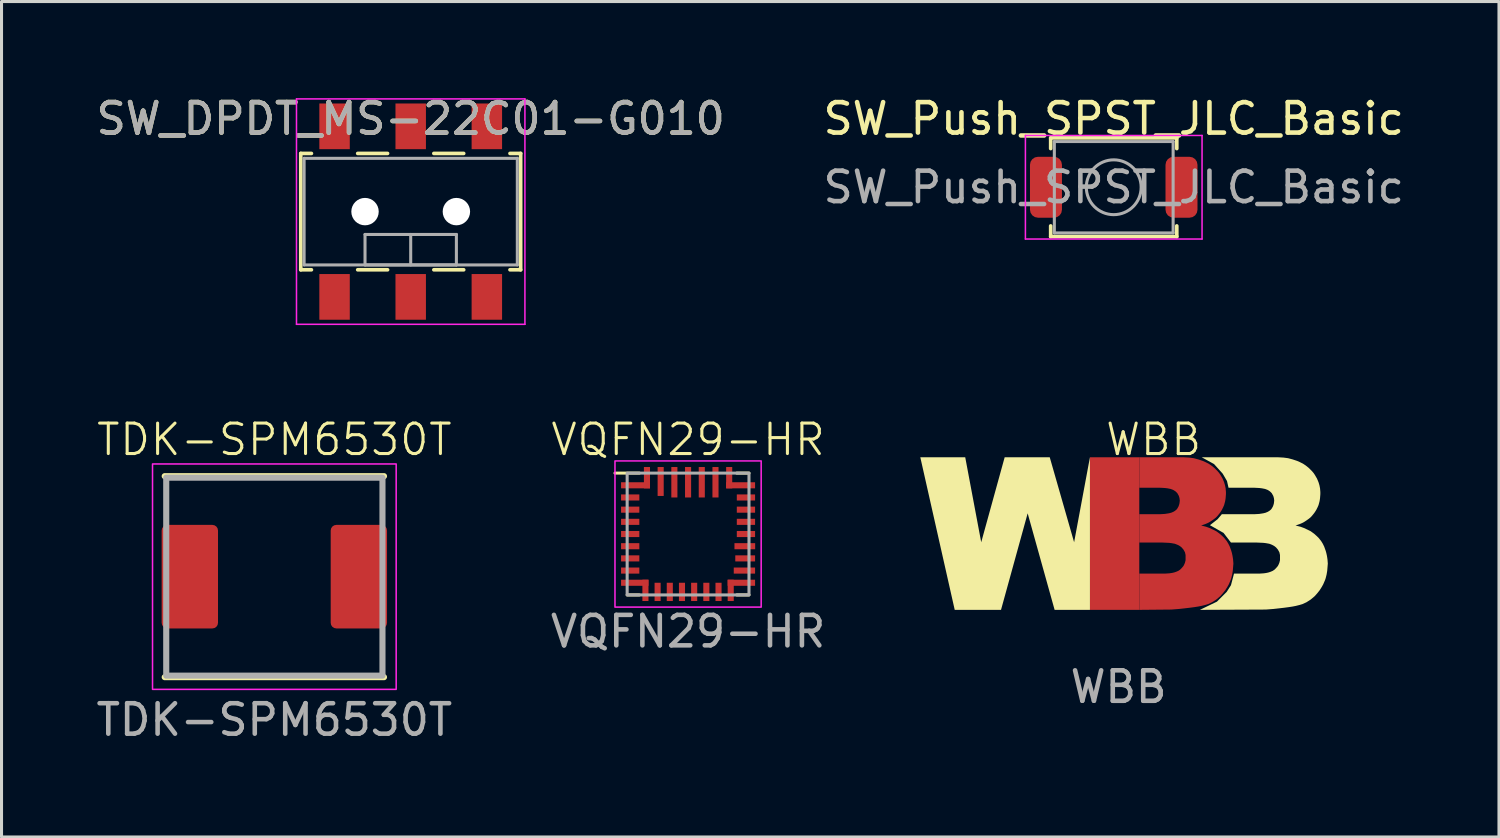
<source format=kicad_pcb>
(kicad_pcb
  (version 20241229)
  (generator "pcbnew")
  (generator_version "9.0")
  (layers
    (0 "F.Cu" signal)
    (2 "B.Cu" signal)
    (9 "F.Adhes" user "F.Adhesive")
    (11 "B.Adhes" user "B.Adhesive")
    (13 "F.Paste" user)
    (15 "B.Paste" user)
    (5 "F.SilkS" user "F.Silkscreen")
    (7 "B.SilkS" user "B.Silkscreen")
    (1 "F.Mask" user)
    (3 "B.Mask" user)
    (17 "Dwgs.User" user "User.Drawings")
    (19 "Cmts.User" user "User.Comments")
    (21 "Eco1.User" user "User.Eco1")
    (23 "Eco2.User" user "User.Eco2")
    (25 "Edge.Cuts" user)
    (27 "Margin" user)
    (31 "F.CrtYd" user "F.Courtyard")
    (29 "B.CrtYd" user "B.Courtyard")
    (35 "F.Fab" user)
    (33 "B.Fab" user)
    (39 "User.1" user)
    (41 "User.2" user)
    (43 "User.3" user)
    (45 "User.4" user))
  (footprint "SW_Push_SPST_JLC_Basic"
    (layer "F.Cu")
    (at 33.518 3.098)
    (property "Reference" "SW_Push_SPST_JLC_Basic" (at 0 -2.25 0) (layer "F.SilkS") (effects (font (size 1 1) (thickness 0.15))))
    (attr smd)
    (fp_line (start -2.07 -1.62) (end 2.07 -1.62) (stroke (width 0.12) (type solid)) (layer "F.SilkS"))
    (fp_line (start -2.07 -1.27) (end -2.07 -1.62) (stroke (width 0.12) (type solid)) (layer "F.SilkS"))
    (fp_line (start -2.07 1.62) (end -2.07 1.27) (stroke (width 0.12) (type solid)) (layer "F.SilkS"))
    (fp_line (start 2.07 -1.62) (end 2.07 -1.27) (stroke (width 0.12) (type solid)) (layer "F.SilkS"))
    (fp_line (start 2.07 1.27) (end 2.07 1.62) (stroke (width 0.12) (type solid)) (layer "F.SilkS"))
    (fp_line (start 2.07 1.62) (end -2.07 1.62) (stroke (width 0.12) (type solid)) (layer "F.SilkS"))
    (fp_line (start -2.9 -1.7) (end 2.9 -1.7) (stroke (width 0.05) (type solid)) (layer "F.CrtYd"))
    (fp_line (start -2.9 1.7) (end -2.9 -1.7) (stroke (width 0.05) (type solid)) (layer "F.CrtYd"))
    (fp_line (start 2.9 -1.7) (end 2.9 1.7) (stroke (width 0.05) (type solid)) (layer "F.CrtYd"))
    (fp_line (start 2.9 1.7) (end -2.9 1.7) (stroke (width 0.05) (type solid)) (layer "F.CrtYd"))
    (fp_line (start -1.95 -1.5) (end 1.95 -1.5) (stroke (width 0.1) (type solid)) (layer "F.Fab"))
    (fp_line (start -1.95 1.5) (end -1.95 -1.5) (stroke (width 0.1) (type solid)) (layer "F.Fab"))
    (fp_line (start 1.95 -1.5) (end 1.95 1.5) (stroke (width 0.1) (type solid)) (layer "F.Fab"))
    (fp_line (start 1.95 1.5) (end -1.95 1.5) (stroke (width 0.1) (type solid)) (layer "F.Fab"))
    (fp_circle (center 0 0) (end 0.9 0) (stroke (width 0.1) (type solid)) (fill no) (layer "F.Fab"))
    (fp_text user "${REFERENCE}" (at 0 0 0) (layer "F.Fab") (effects (font (size 1 1) (thickness 0.15))))
    (pad "1" smd roundrect (at -2.225 0) (size 1.05 2) (layers "F.Cu" "F.Mask" "F.Paste") (roundrect_rratio 0.25))
    (pad "2" smd roundrect (at 2.225 0) (size 1.05 2) (layers "F.Cu" "F.Mask" "F.Paste") (roundrect_rratio 0.25)))
  (footprint "SW_DPDT_MS-22C01-G010"
    (layer "F.Cu")
    (at 10.435 3.898)
    (property "Reference" "SW_DPDT_MS-22C01-G010" (at 0 -3.05 0) (layer "F.SilkS") (effects (font (size 1 1) (thickness 0.15))))
    (attr smd)
    (fp_line (start -3.61 -1.91) (end -3.61 1.91) (stroke (width 0.12) (type solid)) (layer "F.SilkS"))
    (fp_line (start -3.61 1.91) (end -3.26 1.91) (stroke (width 0.12) (type solid)) (layer "F.SilkS"))
    (fp_line (start -3.26 -1.91) (end -3.61 -1.91) (stroke (width 0.12) (type solid)) (layer "F.SilkS"))
    (fp_line (start -0.76 -1.91) (end -1.74 -1.91) (stroke (width 0.12) (type solid)) (layer "F.SilkS"))
    (fp_line (start -0.76 1.91) (end -1.74 1.91) (stroke (width 0.12) (type solid)) (layer "F.SilkS"))
    (fp_line (start 1.74 -1.91) (end 0.76 -1.91) (stroke (width 0.12) (type solid)) (layer "F.SilkS"))
    (fp_line (start 1.74 1.91) (end 0.76 1.91) (stroke (width 0.12) (type solid)) (layer "F.SilkS"))
    (fp_line (start 3.61 -1.91) (end 3.26 -1.91) (stroke (width 0.12) (type solid)) (layer "F.SilkS"))
    (fp_line (start 3.61 -1.91) (end 3.61 1.91) (stroke (width 0.12) (type solid)) (layer "F.SilkS"))
    (fp_line (start 3.61 1.91) (end 3.26 1.91) (stroke (width 0.12) (type solid)) (layer "F.SilkS"))
    (fp_line (start -3.75 -3.7) (end -3.75 3.7) (stroke (width 0.05) (type solid)) (layer "F.CrtYd"))
    (fp_line (start -3.75 -3.7) (end 3.75 -3.7) (stroke (width 0.05) (type solid)) (layer "F.CrtYd"))
    (fp_line (start 3.75 -3.7) (end 3.75 3.7) (stroke (width 0.05) (type solid)) (layer "F.CrtYd"))
    (fp_line (start 3.75 3.7) (end -3.75 3.7) (stroke (width 0.05) (type solid)) (layer "F.CrtYd"))
    (fp_line (start -3.5 -1.75) (end 3.5 -1.75) (stroke (width 0.1) (type solid)) (layer "F.Fab"))
    (fp_line (start -3.5 1.75) (end -3.5 -1.75) (stroke (width 0.1) (type solid)) (layer "F.Fab"))
    (fp_line (start -1.5 0.75) (end -1.5 1.75) (stroke (width 0.1) (type solid)) (layer "F.Fab"))
    (fp_line (start -1.5 0.75) (end 1.5 0.75) (stroke (width 0.1) (type solid)) (layer "F.Fab"))
    (fp_line (start 0 0.75) (end 0 1.75) (stroke (width 0.1) (type solid)) (layer "F.Fab"))
    (fp_line (start 1.5 0.75) (end 1.5 1.75) (stroke (width 0.1) (type solid)) (layer "F.Fab"))
    (fp_line (start 1.5 1.75) (end -1.5 1.75) (stroke (width 0.1) (type solid)) (layer "F.Fab"))
    (fp_line (start 3.5 -1.75) (end 3.5 1.75) (stroke (width 0.1) (type solid)) (layer "F.Fab"))
    (fp_line (start 3.5 1.75) (end -3.5 1.75) (stroke (width 0.1) (type solid)) (layer "F.Fab"))
    (fp_text user "${REFERENCE}" (at 0 -3.05 0) (layer "F.Fab") (effects (font (size 1 1) (thickness 0.15))))
    (pad "" np_thru_hole circle (at -1.5 0) (size 0.9 0.9) (drill 0.9) (layers "*.Cu" "*.Mask"))
    (pad "" np_thru_hole circle (at 1.5 0) (size 0.9 0.9) (drill 0.9) (layers "*.Cu" "*.Mask"))
    (pad "1" smd rect (at -2.5 2.8) (size 1 1.5) (layers "F.Cu" "F.Mask" "F.Paste"))
    (pad "2" smd rect (at 0 2.8) (size 1 1.5) (layers "F.Cu" "F.Mask" "F.Paste"))
    (pad "3" smd rect (at 2.5 2.8) (size 1 1.5) (layers "F.Cu" "F.Mask" "F.Paste"))
    (pad "4" smd rect (at -2.5 -2.8) (size 1 1.5) (layers "F.Cu" "F.Mask" "F.Paste"))
    (pad "5" smd rect (at 0 -2.8) (size 1 1.5) (layers "F.Cu" "F.Mask" "F.Paste"))
    (pad "6" smd rect (at 2.5 -2.8) (size 1 1.5) (layers "F.Cu" "F.Mask" "F.Paste")))
  (footprint "TDK-SPM6530T"
    (layer "F.Cu")
    (at 5.958 15.884)
    (property "Reference" "TDK-SPM6530T" (at 0 -4.5 0) (unlocked yes) (layer "F.SilkS") (effects (font (size 1 1) (thickness 0.1))))
    (attr smd)
    (fp_line (start -3.6 -3.3) (end 3.6 -3.3) (stroke (width 0.2) (type default)) (layer "F.SilkS"))
    (fp_line (start -3.6 3.3) (end 3.6 3.3) (stroke (width 0.2) (type default)) (layer "F.SilkS"))
    (fp_rect (start -4 -3.7) (end 4 3.7) (stroke (width 0.05) (type default)) (fill no) (layer "F.CrtYd"))
    (fp_rect (start -3.55 -3.25) (end 3.55 3.25) (stroke (width 0.2) (type solid)) (fill no) (layer "F.Fab"))
    (fp_text user "${REFERENCE}" (at 0 4.7 0) (unlocked yes) (layer "F.Fab") (effects (font (size 1 1) (thickness 0.15))))
    (pad "1" smd roundrect (at -2.775 0) (size 1.85 3.4) (layers "F.Cu" "F.Mask" "F.Paste") (roundrect_rratio 0.1))
    (pad "2" smd roundrect (at 2.775 0) (size 1.85 3.4) (layers "F.Cu" "F.Mask" "F.Paste") (roundrect_rratio 0.1)))
  (footprint "WBB"
    (layer "F.Cu")
    (at 32.737 16.974)
    (property "Reference" "WBB" (at 2.09 -5.59 0) (unlocked yes) (layer "F.SilkS") (effects (font (size 1 1) (thickness 0.1))))
    (attr smd board_only exclude_from_pos_files exclude_from_bom)
    (fp_rect (start 0 -5.01) (end 1.62 0) (stroke (width 0) (type solid)) (fill yes) (layer "F.Cu"))
    (fp_poly (pts (xy 1.62 -5.01) (xy 1.62 -4.01) (xy 2.29 -4.01) (xy 2.41 -4.004) (xy 2.47 -4) (xy 2.55 -3.99) (xy 2.65 -3.97) (xy 2.73 -3.94) (xy 2.81 -3.89) (xy 2.87 -3.83) (xy 2.92 -3.74) (xy 2.94 -3.67) (xy 2.95 -3.59) (xy 2.94 -3.5) (xy 2.93 -3.46) (xy 2.91 -3.4) (xy 2.87 -3.328) (xy 2.84 -3.29) (xy 2.79 -3.25) (xy 2.74 -3.22) (xy 2.67 -3.19) (xy 2.59 -3.17) (xy 2.46 -3.15) (xy 2.29 -3.14) (xy 1.62 -3.14) (xy 1.62 -2.21) (xy 2.38 -2.21) (xy 2.6 -2.2) (xy 2.68 -2.19) (xy 2.79 -2.17) (xy 2.89 -2.13) (xy 2.96 -2.09) (xy 3.01 -2.05) (xy 3.07 -1.98) (xy 3.12 -1.89) (xy 3.14 -1.8) (xy 3.14 -1.72) (xy 3.14 -1.63) (xy 3.12 -1.55) (xy 3.1 -1.5) (xy 3.07 -1.44) (xy 3.01 -1.37) (xy 2.96 -1.32) (xy 2.9 -1.28) (xy 2.83 -1.25) (xy 2.77 -1.23) (xy 2.73 -1.22) (xy 2.68 -1.21) (xy 2.61 -1.2) (xy 2.46 -1.19) (xy 1.62 -1.19) (xy 1.62 0.000007) (xy 2.675 -0.01) (xy 2.93 -0.03) (xy 3.11 -0.05) (xy 3.28 -0.07) (xy 3.43 -0.09) (xy 3.559 -0.11) (xy 3.66 -0.13) (xy 3.78 -0.16) (xy 3.88 -0.19) (xy 4.01 -0.25) (xy 4.15 -0.34) (xy 4.28 -0.45) (xy 4.36 -0.54) (xy 4.44 -0.64) (xy 4.51 -0.75) (xy 4.56 -0.84) (xy 4.59 -0.91) (xy 4.62 -0.98) (xy 4.63 -1.01) (xy 4.64 -1.04) (xy 4.65 -1.08) (xy 4.66 -1.12) (xy 4.67 -1.16) (xy 4.68 -1.22) (xy 4.69 -1.28) (xy 4.7 -1.4) (xy 4.71 -1.52) (xy 4.7 -1.65) (xy 4.69 -1.72) (xy 4.68 -1.78) (xy 4.66 -1.87) (xy 4.64 -1.94) (xy 4.59 -2.08) (xy 4.54 -2.18) (xy 4.49 -2.26) (xy 4.41 -2.36) (xy 4.35 -2.42) (xy 4.26 -2.5) (xy 4.15 -2.58) (xy 4.05 -2.63) (xy 3.92 -2.69) (xy 3.81 -2.73) (xy 3.65 -2.77) (xy 3.71 -2.79) (xy 3.795 -2.82) (xy 3.865 -2.85) (xy 3.905 -2.87) (xy 3.955 -2.9) (xy 4.015 -2.94) (xy 4.085 -2.99) (xy 4.135 -3.03) (xy 4.175 -3.07) (xy 4.225 -3.13) (xy 4.265 -3.18) (xy 4.305 -3.24) (xy 4.335 -3.29) (xy 4.375 -3.37) (xy 4.405 -3.44) (xy 4.435 -3.55) (xy 4.445 -3.6) (xy 4.455 -3.67) (xy 4.465 -3.8) (xy 4.465 -3.87) (xy 4.455 -3.99) (xy 4.435 -4.09) (xy 4.405 -4.19) (xy 4.355 -4.31) (xy 4.285 -4.43) (xy 4.245 -4.49) (xy 4.185 -4.56) (xy 4.085 -4.66) (xy 3.985 -4.74) (xy 3.895 -4.8) (xy 3.795 -4.85) (xy 3.705 -4.89) (xy 3.555 -4.94) (xy 3.405 -4.98) (xy 3.255 -5) (xy 3.075 -5.01)) (stroke (width 0) (type solid)) (fill yes) (layer "F.Cu"))
    (fp_rect (start 0 -5.01) (end 1.62 0) (stroke (width 0) (type solid)) (fill yes) (layer "F.Mask"))
    (fp_poly (pts (xy 1.62 -5.01) (xy 1.62 -4.01) (xy 2.29 -4.01) (xy 2.41 -4.004) (xy 2.47 -4) (xy 2.55 -3.99) (xy 2.65 -3.97) (xy 2.73 -3.94) (xy 2.81 -3.89) (xy 2.87 -3.83) (xy 2.92 -3.74) (xy 2.94 -3.67) (xy 2.95 -3.59) (xy 2.94 -3.5) (xy 2.93 -3.46) (xy 2.91 -3.4) (xy 2.87 -3.328) (xy 2.84 -3.29) (xy 2.79 -3.25) (xy 2.74 -3.22) (xy 2.67 -3.19) (xy 2.59 -3.17) (xy 2.46 -3.15) (xy 2.29 -3.14) (xy 1.62 -3.14) (xy 1.62 -2.21) (xy 2.38 -2.21) (xy 2.6 -2.2) (xy 2.68 -2.19) (xy 2.79 -2.17) (xy 2.89 -2.13) (xy 2.96 -2.09) (xy 3.01 -2.05) (xy 3.07 -1.98) (xy 3.12 -1.89) (xy 3.14 -1.8) (xy 3.14 -1.72) (xy 3.14 -1.63) (xy 3.12 -1.55) (xy 3.1 -1.5) (xy 3.07 -1.44) (xy 3.01 -1.37) (xy 2.96 -1.32) (xy 2.9 -1.28) (xy 2.83 -1.25) (xy 2.77 -1.23) (xy 2.73 -1.22) (xy 2.68 -1.21) (xy 2.61 -1.2) (xy 2.46 -1.19) (xy 1.62 -1.19) (xy 1.62 0.000007) (xy 2.675 -0.01) (xy 2.93 -0.03) (xy 3.11 -0.05) (xy 3.28 -0.07) (xy 3.43 -0.09) (xy 3.559 -0.11) (xy 3.66 -0.13) (xy 3.78 -0.16) (xy 3.88 -0.19) (xy 4.01 -0.25) (xy 4.15 -0.34) (xy 4.28 -0.45) (xy 4.36 -0.54) (xy 4.44 -0.64) (xy 4.51 -0.75) (xy 4.56 -0.84) (xy 4.59 -0.91) (xy 4.62 -0.98) (xy 4.63 -1.01) (xy 4.64 -1.04) (xy 4.65 -1.08) (xy 4.66 -1.12) (xy 4.67 -1.16) (xy 4.68 -1.22) (xy 4.69 -1.28) (xy 4.7 -1.4) (xy 4.71 -1.52) (xy 4.7 -1.65) (xy 4.69 -1.72) (xy 4.68 -1.78) (xy 4.66 -1.87) (xy 4.64 -1.94) (xy 4.59 -2.08) (xy 4.54 -2.18) (xy 4.49 -2.26) (xy 4.41 -2.36) (xy 4.35 -2.42) (xy 4.26 -2.5) (xy 4.15 -2.58) (xy 4.05 -2.63) (xy 3.92 -2.69) (xy 3.81 -2.73) (xy 3.65 -2.77) (xy 3.71 -2.79) (xy 3.795 -2.82) (xy 3.865 -2.85) (xy 3.905 -2.87) (xy 3.955 -2.9) (xy 4.015 -2.94) (xy 4.085 -2.99) (xy 4.135 -3.03) (xy 4.175 -3.07) (xy 4.225 -3.13) (xy 4.265 -3.18) (xy 4.305 -3.24) (xy 4.335 -3.29) (xy 4.375 -3.37) (xy 4.405 -3.44) (xy 4.435 -3.55) (xy 4.445 -3.6) (xy 4.455 -3.67) (xy 4.465 -3.8) (xy 4.465 -3.87) (xy 4.455 -3.99) (xy 4.435 -4.09) (xy 4.405 -4.19) (xy 4.355 -4.31) (xy 4.285 -4.43) (xy 4.245 -4.49) (xy 4.185 -4.56) (xy 4.085 -4.66) (xy 3.985 -4.74) (xy 3.895 -4.8) (xy 3.795 -4.85) (xy 3.705 -4.89) (xy 3.555 -4.94) (xy 3.405 -4.98) (xy 3.255 -5) (xy 3.075 -5.01)) (stroke (width 0) (type solid)) (fill yes) (layer "F.Mask"))
    (fp_poly (pts (xy -4.095 -5.01) (xy -5.57 -5.01) (xy -4.44 0) (xy -2.92 0) (xy -2.045 -3.17) (xy -1.16 0) (xy -0.000078 0) (xy -0.000078 -5.01) (xy -0.52 -2.22) (xy -1.32 -5.01) (xy -2.8 -5.01) (xy -3.57 -2.22)) (stroke (width 0) (type solid)) (fill yes) (layer "F.SilkS"))
    (fp_poly (pts (xy 3.67 -5.01) (xy 4.075 -4.787) (xy 4.36 -4.47) (xy 4.5 -4.23) (xy 4.55 -4.01) (xy 5.39 -4.01) (xy 5.51 -4.004) (xy 5.57 -4) (xy 5.65 -3.99) (xy 5.75 -3.97) (xy 5.83 -3.94) (xy 5.91 -3.89) (xy 5.97 -3.83) (xy 6.02 -3.74) (xy 6.04 -3.67) (xy 6.05 -3.59) (xy 6.04 -3.5) (xy 6.03 -3.46) (xy 6.01 -3.4) (xy 5.97 -3.328) (xy 5.94 -3.29) (xy 5.89 -3.25) (xy 5.84 -3.22) (xy 5.77 -3.19) (xy 5.69 -3.17) (xy 5.56 -3.15) (xy 5.39 -3.14) (xy 4.33 -3.14) (xy 4.192 -2.977) (xy 3.94 -2.78) (xy 4.387 -2.526) (xy 4.63 -2.21) (xy 5.48 -2.21) (xy 5.7 -2.2) (xy 5.78 -2.19) (xy 5.89 -2.17) (xy 5.99 -2.13) (xy 6.06 -2.09) (xy 6.11 -2.05) (xy 6.17 -1.98) (xy 6.22 -1.89) (xy 6.24 -1.8) (xy 6.24 -1.72) (xy 6.24 -1.63) (xy 6.22 -1.55) (xy 6.2 -1.5) (xy 6.17 -1.44) (xy 6.11 -1.37) (xy 6.06 -1.32) (xy 6 -1.28) (xy 5.93 -1.25) (xy 5.87 -1.23) (xy 5.83 -1.22) (xy 5.78 -1.21) (xy 5.71 -1.2) (xy 5.56 -1.19) (xy 4.73 -1.19) (xy 4.63 -0.81) (xy 4.49 -0.59) (xy 4.17 -0.27) (xy 3.61 0) (xy 5.775 -0.01) (xy 6.03 -0.03) (xy 6.21 -0.05) (xy 6.38 -0.07) (xy 6.53 -0.09) (xy 6.659 -0.11) (xy 6.76 -0.13) (xy 6.88 -0.16) (xy 6.98 -0.19) (xy 7.11 -0.25) (xy 7.25 -0.34) (xy 7.38 -0.45) (xy 7.46 -0.54) (xy 7.54 -0.64) (xy 7.61 -0.75) (xy 7.66 -0.84) (xy 7.69 -0.91) (xy 7.72 -0.98) (xy 7.73 -1.01) (xy 7.74 -1.04) (xy 7.75 -1.08) (xy 7.76 -1.12) (xy 7.77 -1.16) (xy 7.78 -1.22) (xy 7.79 -1.28) (xy 7.8 -1.4) (xy 7.81 -1.52) (xy 7.8 -1.65) (xy 7.79 -1.72) (xy 7.78 -1.78) (xy 7.76 -1.87) (xy 7.74 -1.94) (xy 7.69 -2.08) (xy 7.64 -2.18) (xy 7.59 -2.26) (xy 7.51 -2.36) (xy 7.45 -2.42) (xy 7.36 -2.5) (xy 7.25 -2.58) (xy 7.15 -2.63) (xy 7.02 -2.69) (xy 6.91 -2.73) (xy 6.75 -2.77) (xy 6.81 -2.79) (xy 6.895 -2.82) (xy 6.965 -2.85) (xy 7.005 -2.87) (xy 7.055 -2.9) (xy 7.115 -2.94) (xy 7.185 -2.99) (xy 7.235 -3.03) (xy 7.275 -3.07) (xy 7.325 -3.13) (xy 7.365 -3.18) (xy 7.405 -3.24) (xy 7.435 -3.29) (xy 7.475 -3.37) (xy 7.505 -3.44) (xy 7.535 -3.55) (xy 7.545 -3.6) (xy 7.555 -3.67) (xy 7.565 -3.8) (xy 7.565 -3.87) (xy 7.555 -3.99) (xy 7.535 -4.09) (xy 7.505 -4.19) (xy 7.455 -4.31) (xy 7.385 -4.43) (xy 7.345 -4.49) (xy 7.285 -4.56) (xy 7.185 -4.66) (xy 7.085 -4.74) (xy 6.995 -4.8) (xy 6.895 -4.85) (xy 6.805 -4.89) (xy 6.655 -4.94) (xy 6.505 -4.98) (xy 6.355 -5) (xy 6.175 -5.01)) (stroke (width 0) (type solid)) (fill yes) (layer "F.SilkS"))
    (fp_text user "${REFERENCE}" (at 0.94 2.53 0) (unlocked yes) (layer "F.Fab") (effects (font (size 1 1) (thickness 0.15)))))
  (footprint "VQFN29-HR"
    (layer "F.Cu")
    (at 19.542 14.484)
    (property "Reference" "VQFN29-HR" (at 0 -3.1 0) (unlocked yes) (layer "F.SilkS") (effects (font (size 1 1) (thickness 0.1))))
    (attr smd)
    (fp_line (start -1.6 -2) (end -2.4 -2) (stroke (width 0.1) (type default)) (layer "F.SilkS"))
    (fp_line (start -1.6 2) (end -2 2) (stroke (width 0.1) (type default)) (layer "F.SilkS"))
    (fp_line (start 1.6 -2) (end 2 -2) (stroke (width 0.1) (type default)) (layer "F.SilkS"))
    (fp_line (start 1.6 2) (end 2 2) (stroke (width 0.1) (type default)) (layer "F.SilkS"))
    (fp_rect (start -2.4 -2.4) (end 2.4 2.4) (stroke (width 0.05) (type default)) (fill no) (layer "F.CrtYd"))
    (fp_rect (start -2 -2) (end 2 2) (stroke (width 0.1) (type default)) (fill no) (layer "F.Fab"))
    (fp_text user "${REFERENCE}" (at 0 3.2 0) (unlocked yes) (layer "F.Fab") (effects (font (size 1 1) (thickness 0.15))))
    (pad "1" smd rect (at -1.725 -1.6) (size 0.95 0.2) (layers "F.Cu" "F.Mask" "F.Paste"))
    (pad "1" smd rect (at -1.35 -1.85 90) (size 0.7 0.2) (layers "F.Cu" "F.Mask" "F.Paste"))
    (pad "2" smd rect (at -1.9 -1.2) (size 0.6 0.2) (layers "F.Cu" "F.Mask" "F.Paste"))
    (pad "3" smd rect (at -1.9 -0.8) (size 0.6 0.2) (layers "F.Cu" "F.Mask" "F.Paste"))
    (pad "4" smd rect (at -1.9 -0.4) (size 0.6 0.2) (layers "F.Cu" "F.Mask" "F.Paste"))
    (pad "5" smd rect (at -1.9 0) (size 0.6 0.2) (layers "F.Cu" "F.Mask" "F.Paste"))
    (pad "6" smd rect (at -1.9 0.4) (size 0.6 0.2) (layers "F.Cu" "F.Mask" "F.Paste"))
    (pad "7" smd rect (at -1.9 0.8) (size 0.6 0.2) (layers "F.Cu" "F.Mask" "F.Paste"))
    (pad "8" smd rect (at -1.9 1.2) (size 0.6 0.2) (layers "F.Cu" "F.Mask" "F.Paste"))
    (pad "9" smd rect (at -1.75 1.6) (size 0.9 0.2) (layers "F.Cu" "F.Mask" "F.Paste"))
    (pad "9" smd rect (at -1.4 1.85 90) (size 0.7 0.2) (layers "F.Cu" "F.Mask" "F.Paste"))
    (pad "10" smd rect (at -1 1.9 90) (size 0.6 0.2) (layers "F.Cu" "F.Mask" "F.Paste"))
    (pad "11" smd rect (at -0.6 1.9 90) (size 0.6 0.2) (layers "F.Cu" "F.Mask" "F.Paste"))
    (pad "12" smd rect (at -0.2 1.9 90) (size 0.6 0.2) (layers "F.Cu" "F.Mask" "F.Paste"))
    (pad "13" smd rect (at 0.2 1.9 90) (size 0.6 0.2) (layers "F.Cu" "F.Mask" "F.Paste"))
    (pad "14" smd rect (at 0.6 1.9 90) (size 0.6 0.2) (layers "F.Cu" "F.Mask" "F.Paste"))
    (pad "15" smd rect (at 1 1.9 90) (size 0.6 0.2) (layers "F.Cu" "F.Mask" "F.Paste"))
    (pad "16" smd rect (at 1.4 1.85 90) (size 0.7 0.2) (layers "F.Cu" "F.Mask" "F.Paste"))
    (pad "16" smd rect (at 1.75 1.6 180) (size 0.9 0.2) (layers "F.Cu" "F.Mask" "F.Paste"))
    (pad "17" smd rect (at 1.85 1.2 180) (size 0.7 0.2) (layers "F.Cu" "F.Mask" "F.Paste"))
    (pad "18" smd rect (at 1.875 0.8 180) (size 0.65 0.2) (layers "F.Cu" "F.Mask" "F.Paste"))
    (pad "19" smd rect (at 1.863 0.4 180) (size 0.68 0.2) (layers "F.Cu" "F.Mask" "F.Paste"))
    (pad "20" smd rect (at 1.9 0 180) (size 0.6 0.2) (layers "F.Cu" "F.Mask" "F.Paste"))
    (pad "21" smd rect (at 1.9 -0.4 180) (size 0.6 0.2) (layers "F.Cu" "F.Mask" "F.Paste"))
    (pad "22" smd rect (at 1.9 -0.8 180) (size 0.6 0.2) (layers "F.Cu" "F.Mask" "F.Paste"))
    (pad "23" smd rect (at 1.9 -1.2 180) (size 0.6 0.2) (layers "F.Cu" "F.Mask" "F.Paste"))
    (pad "24" smd rect (at 1.35 -1.85 90) (size 0.7 0.2) (layers "F.Cu" "F.Mask" "F.Paste"))
    (pad "24" smd rect (at 1.725 -1.6 180) (size 0.95 0.2) (layers "F.Cu" "F.Mask" "F.Paste"))
    (pad "25" smd rect (at 0.9 -1.7 270) (size 1 0.2) (layers "F.Cu" "F.Mask" "F.Paste"))
    (pad "26" smd rect (at 0.45 -1.7 270) (size 1 0.2) (layers "F.Cu" "F.Mask" "F.Paste"))
    (pad "27" smd rect (at 0 -1.7 270) (size 1 0.2) (layers "F.Cu" "F.Mask" "F.Paste"))
    (pad "28" smd rect (at -0.45 -1.7 270) (size 1 0.2) (layers "F.Cu" "F.Mask" "F.Paste"))
    (pad "29" smd rect (at -0.9 -1.725 270) (size 0.95 0.2) (layers "F.Cu" "F.Mask" "F.Paste")))
  (gr_rect
    (start -3 -3)
    (end 46.167 24.432)
    (stroke (width 0.1) (type default))
    (fill no)
    (layer "Edge.Cuts")))
</source>
